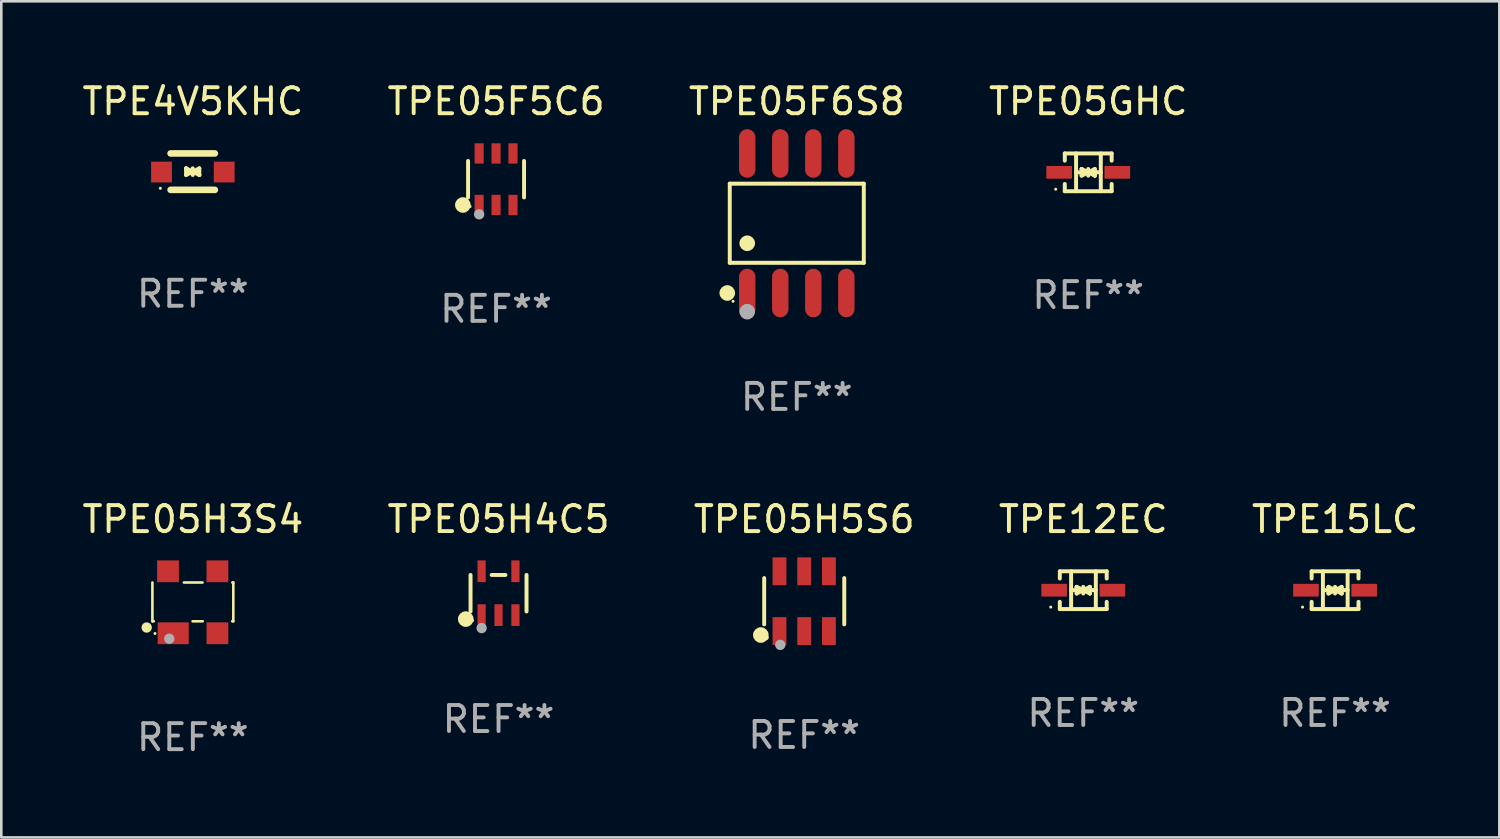
<source format=kicad_pcb>
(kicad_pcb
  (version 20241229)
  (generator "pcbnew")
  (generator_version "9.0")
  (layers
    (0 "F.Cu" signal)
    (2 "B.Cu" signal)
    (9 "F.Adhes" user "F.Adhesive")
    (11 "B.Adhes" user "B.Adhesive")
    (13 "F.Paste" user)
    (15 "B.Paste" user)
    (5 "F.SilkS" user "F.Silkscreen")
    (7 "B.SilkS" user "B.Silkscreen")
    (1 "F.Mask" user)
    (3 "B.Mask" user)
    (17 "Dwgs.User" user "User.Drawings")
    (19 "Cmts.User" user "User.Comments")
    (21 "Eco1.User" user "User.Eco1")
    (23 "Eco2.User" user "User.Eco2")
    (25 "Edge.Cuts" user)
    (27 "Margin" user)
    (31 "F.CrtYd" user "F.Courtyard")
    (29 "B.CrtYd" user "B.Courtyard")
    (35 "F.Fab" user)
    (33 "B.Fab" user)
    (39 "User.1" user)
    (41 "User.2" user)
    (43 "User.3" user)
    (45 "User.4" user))
  (footprint "TPE4V5KHC"
    (layer "F.Cu")
    (at 4.363 3.548)
    (property "Reference" "TPE4V5KHC" (at 0 -2.7 0) (layer "F.SilkS") (effects (font (size 1 1) (thickness 0.15))))
    (attr through_hole)
    (fp_line (start -0.855 -0.7) (end 0.845 -0.7) (stroke (width 0.254) (type solid)) (layer "F.SilkS"))
    (fp_line (start -0.855 0.7) (end 0.845 0.7) (stroke (width 0.254) (type solid)) (layer "F.SilkS"))
    (fp_line (start -0.26 -0.127) (end -0.26 -0.127) (stroke (width 0.154) (type solid)) (layer "F.SilkS"))
    (fp_line (start -0.26 -0.127) (end -0.008 -0.003) (stroke (width 0.154) (type solid)) (layer "F.SilkS"))
    (fp_line (start -0.26 0.127) (end -0.26 -0.127) (stroke (width 0.154) (type solid)) (layer "F.SilkS"))
    (fp_line (start -0.133 0.000483) (end -0.003 0.000483) (stroke (width 0.154) (type solid)) (layer "F.SilkS"))
    (fp_line (start -0.009 0.000483) (end -0.26 0.127) (stroke (width 0.154) (type solid)) (layer "F.SilkS"))
    (fp_line (start -0.006 -0.127) (end -0.006 0.127) (stroke (width 0.154) (type solid)) (layer "F.SilkS"))
    (fp_line (start -0.003 0.000483) (end 0.248 -0.127) (stroke (width 0.154) (type solid)) (layer "F.SilkS"))
    (fp_line (start 0.121 0.000483) (end -0.009 0.000483) (stroke (width 0.154) (type solid)) (layer "F.SilkS"))
    (fp_line (start 0.248 -0.127) (end 0.248 0.127) (stroke (width 0.154) (type solid)) (layer "F.SilkS"))
    (fp_line (start 0.248 0.127) (end -0.004 0.004) (stroke (width 0.154) (type solid)) (layer "F.SilkS"))
    (fp_line (start 0.248 0.127) (end 0.248 0.127) (stroke (width 0.154) (type solid)) (layer "F.SilkS"))
    (fp_circle (center -1.25 0.64) (end -1.22 0.64) (stroke (width 0.06) (type solid)) (fill no) (layer "F.SilkS"))
    (fp_text user "REF**" (at 0 4.7 0) (layer "F.Fab") (effects (font (size 1 1) (thickness 0.15))))
    (pad "1" smd rect (at -1.205 0.015) (size 0.8 0.8) (layers "F.Cu" "F.Mask" "F.Paste"))
    (pad "2" smd rect (at 1.205 0.015) (size 0.8 0.8) (layers "F.Cu" "F.Mask" "F.Paste")))
  (footprint "TPE05H4C5"
    (layer "F.Cu")
    (at 16.113 19.752)
    (property "Reference" "TPE05H4C5" (at 0 -2.843 0) (layer "F.SilkS") (effects (font (size 1 1) (thickness 0.15))))
    (attr through_hole)
    (fp_line (start -1.076 0.701) (end -1.076 -0.701) (stroke (width 0.152) (type solid)) (layer "F.SilkS"))
    (fp_line (start 0.264 -0.701) (end -0.264 -0.701) (stroke (width 0.152) (type solid)) (layer "F.SilkS"))
    (fp_line (start 1.076 0.701) (end 1.076 -0.701) (stroke (width 0.152) (type solid)) (layer "F.SilkS"))
    (fp_circle (center -1.26 0.995) (end -1.11 0.995) (stroke (width 0.3) (type solid)) (fill no) (layer "F.SilkS"))
    (fp_circle (center -1 1.05) (end -0.97 1.05) (stroke (width 0.06) (type solid)) (fill no) (layer "F.SilkS"))
    (fp_circle (center -0.65 1.341) (end -0.55 1.341) (stroke (width 0.2) (type solid)) (fill no) (layer "F.Fab"))
    (fp_text user "REF**" (at 0 4.843 0) (layer "F.Fab") (effects (font (size 1 1) (thickness 0.15))))
    (pad "1" smd rect (at -0.65 0.843) (size 0.315 0.835) (layers "F.Cu" "F.Mask" "F.Paste"))
    (pad "2" smd rect (at 0.00014 0.843) (size 0.315 0.835) (layers "F.Cu" "F.Mask" "F.Paste"))
    (pad "3" smd rect (at 0.65 0.843) (size 0.315 0.835) (layers "F.Cu" "F.Mask" "F.Paste"))
    (pad "4" smd rect (at 0.65 -0.843) (size 0.315 0.835) (layers "F.Cu" "F.Mask" "F.Paste"))
    (pad "5" smd rect (at -0.65 -0.843) (size 0.315 0.835) (layers "F.Cu" "F.Mask" "F.Paste")))
  (footprint "TPE05GHC"
    (layer "F.Cu")
    (at 38.78 3.574)
    (property "Reference" "TPE05GHC" (at 0 -2.726 0) (layer "F.SilkS") (effects (font (size 1 1) (thickness 0.15))))
    (attr through_hole)
    (fp_line (start -0.901 -0.726) (end -0.901 -0.448) (stroke (width 0.152) (type solid)) (layer "F.SilkS"))
    (fp_line (start -0.901 0.726) (end -0.901 0.448) (stroke (width 0.152) (type solid)) (layer "F.SilkS"))
    (fp_line (start -0.467 0) (end 0.483 -0.003) (stroke (width 0.154) (type solid)) (layer "F.SilkS"))
    (fp_line (start -0.467 0.726) (end -0.467 -0.726) (stroke (width 0.152) (type solid)) (layer "F.SilkS"))
    (fp_line (start -0.254 -0.127) (end -0.254 -0.127) (stroke (width 0.154) (type solid)) (layer "F.SilkS"))
    (fp_line (start -0.254 -0.127) (end -0.002 -0.003) (stroke (width 0.154) (type solid)) (layer "F.SilkS"))
    (fp_line (start -0.254 0.127) (end -0.254 -0.127) (stroke (width 0.154) (type solid)) (layer "F.SilkS"))
    (fp_line (start -0.127 0) (end 0.003 0) (stroke (width 0.154) (type solid)) (layer "F.SilkS"))
    (fp_line (start -0.003 0) (end -0.254 0.127) (stroke (width 0.154) (type solid)) (layer "F.SilkS"))
    (fp_line (start 0 -0.127) (end 0 0.127) (stroke (width 0.154) (type solid)) (layer "F.SilkS"))
    (fp_line (start 0.003 0) (end 0.254 -0.127) (stroke (width 0.154) (type solid)) (layer "F.SilkS"))
    (fp_line (start 0.127 0) (end -0.003 0) (stroke (width 0.154) (type solid)) (layer "F.SilkS"))
    (fp_line (start 0.254 -0.127) (end 0.254 0.127) (stroke (width 0.154) (type solid)) (layer "F.SilkS"))
    (fp_line (start 0.254 0.127) (end 0.002 0.003) (stroke (width 0.154) (type solid)) (layer "F.SilkS"))
    (fp_line (start 0.254 0.127) (end 0.254 0.127) (stroke (width 0.154) (type solid)) (layer "F.SilkS"))
    (fp_line (start 0.483 0.726) (end 0.483 -0.726) (stroke (width 0.152) (type solid)) (layer "F.SilkS"))
    (fp_line (start 0.901 -0.726) (end -0.901 -0.726) (stroke (width 0.152) (type solid)) (layer "F.SilkS"))
    (fp_line (start 0.901 -0.726) (end 0.901 -0.448) (stroke (width 0.152) (type solid)) (layer "F.SilkS"))
    (fp_line (start 0.901 0.726) (end -0.901 0.726) (stroke (width 0.152) (type solid)) (layer "F.SilkS"))
    (fp_line (start 0.901 0.726) (end 0.901 0.448) (stroke (width 0.152) (type solid)) (layer "F.SilkS"))
    (fp_circle (center -1.25 0.65) (end -1.22 0.65) (stroke (width 0.06) (type solid)) (fill no) (layer "F.SilkS"))
    (fp_text user "REF**" (at 0 4.726 0) (layer "F.Fab") (effects (font (size 1 1) (thickness 0.15))))
    (pad "1" smd rect (at -1.118 0) (size 0.985 0.49) (layers "F.Cu" "F.Mask" "F.Paste"))
    (pad "2" smd rect (at 1.118 0) (size 0.985 0.49) (layers "F.Cu" "F.Mask" "F.Paste")))
  (footprint "TPE05H3S4"
    (layer "F.Cu")
    (at 4.363 20.101)
    (property "Reference" "TPE05H3S4" (at 0 -3.191 0) (layer "F.SilkS") (effects (font (size 1 1) (thickness 0.15))))
    (attr through_hole)
    (fp_line (start -1.555 0.73) (end -1.555 -0.76) (stroke (width 0.1) (type solid)) (layer "F.SilkS"))
    (fp_line (start -1.5 0.73) (end -1.555 0.73) (stroke (width 0.1) (type solid)) (layer "F.SilkS"))
    (fp_line (start -0.345 -0.76) (end 0.372 -0.76) (stroke (width 0.1) (type solid)) (layer "F.SilkS"))
    (fp_line (start 0.378 0.73) (end -0.01 0.73) (stroke (width 0.1) (type solid)) (layer "F.SilkS"))
    (fp_line (start 1.518 -0.76) (end 1.555 -0.76) (stroke (width 0.1) (type solid)) (layer "F.SilkS"))
    (fp_line (start 1.555 -0.76) (end 1.555 0.73) (stroke (width 0.1) (type solid)) (layer "F.SilkS"))
    (fp_line (start 1.555 0.73) (end 1.512 0.73) (stroke (width 0.1) (type solid)) (layer "F.SilkS"))
    (fp_circle (center -1.775 0.97) (end -1.675 0.97) (stroke (width 0.2) (type solid)) (fill no) (layer "F.SilkS"))
    (fp_circle (center -1.455 1.2) (end -1.425 1.2) (stroke (width 0.06) (type solid)) (fill no) (layer "F.SilkS"))
    (fp_circle (center -0.905 1.4) (end -0.805 1.4) (stroke (width 0.2) (type solid)) (fill no) (layer "F.Fab"))
    (fp_text user "REF**" (at 0 5.191 0) (layer "F.Fab") (effects (font (size 1 1) (thickness 0.15))))
    (pad "1" smd rect (at -0.755 1.191) (size 1.194 0.838) (layers "F.Cu" "F.Mask" "F.Paste"))
    (pad "2" smd rect (at 0.945 1.191) (size 0.838 0.838) (layers "F.Cu" "F.Mask" "F.Paste"))
    (pad "3" smd rect (at 0.945 -1.191) (size 0.838 0.838) (layers "F.Cu" "F.Mask" "F.Paste"))
    (pad "4" smd rect (at -0.955 -1.191) (size 0.838 0.838) (layers "F.Cu" "F.Mask" "F.Paste")))
  (footprint "TPE05F5C6"
    (layer "F.Cu")
    (at 16.018 3.838)
    (property "Reference" "TPE05F5C6" (at 0 -2.99 0) (layer "F.SilkS") (effects (font (size 1 1) (thickness 0.15))))
    (attr through_hole)
    (fp_line (start -1.076 0.701) (end -1.076 -0.701) (stroke (width 0.152) (type solid)) (layer "F.SilkS"))
    (fp_line (start 1.076 0.701) (end 1.076 -0.701) (stroke (width 0.152) (type solid)) (layer "F.SilkS"))
    (fp_circle (center -1.277 0.992) (end -1.127 0.992) (stroke (width 0.3) (type solid)) (fill no) (layer "F.SilkS"))
    (fp_circle (center -1 1.05) (end -0.97 1.05) (stroke (width 0.06) (type solid)) (fill no) (layer "F.SilkS"))
    (fp_circle (center -0.65 1.35) (end -0.55 1.35) (stroke (width 0.2) (type solid)) (fill no) (layer "F.Fab"))
    (fp_text user "REF**" (at 0 4.99 0) (layer "F.Fab") (effects (font (size 1 1) (thickness 0.15))))
    (pad "1" smd rect (at -0.65 0.99) (size 0.35 0.78) (layers "F.Cu" "F.Mask" "F.Paste"))
    (pad "2" smd rect (at 0 0.99) (size 0.35 0.78) (layers "F.Cu" "F.Mask" "F.Paste"))
    (pad "3" smd rect (at 0.65 0.99) (size 0.35 0.78) (layers "F.Cu" "F.Mask" "F.Paste"))
    (pad "4" smd rect (at 0.65 -0.99) (size 0.35 0.78) (layers "F.Cu" "F.Mask" "F.Paste"))
    (pad "5" smd rect (at 0 -0.99) (size 0.35 0.78) (layers "F.Cu" "F.Mask" "F.Paste"))
    (pad "6" smd rect (at -0.65 -0.99) (size 0.35 0.78) (layers "F.Cu" "F.Mask" "F.Paste")))
  (footprint "TPE05H5S6"
    (layer "F.Cu")
    (at 27.863 20.059)
    (property "Reference" "TPE05H5S6" (at 0 -3.149 0) (layer "F.SilkS") (effects (font (size 1 1) (thickness 0.15))))
    (attr through_hole)
    (fp_line (start -1.539 0.889) (end -1.539 -0.889) (stroke (width 0.152) (type solid)) (layer "F.SilkS"))
    (fp_line (start 1.539 0.889) (end 1.539 -0.889) (stroke (width 0.152) (type solid)) (layer "F.SilkS"))
    (fp_circle (center -1.668 1.301) (end -1.518 1.301) (stroke (width 0.3) (type solid)) (fill no) (layer "F.SilkS"))
    (fp_circle (center -1.463 1.4) (end -1.413 1.4) (stroke (width 0.1) (type solid)) (fill no) (layer "F.SilkS"))
    (fp_circle (center -0.92 1.68) (end -0.82 1.68) (stroke (width 0.2) (type solid)) (fill no) (layer "F.Fab"))
    (fp_text user "REF**" (at 0 5.149 0) (layer "F.Fab") (effects (font (size 1 1) (thickness 0.15))))
    (pad "1" smd rect (at -0.95 1.149) (size 0.532 1.072) (layers "F.Cu" "F.Mask" "F.Paste"))
    (pad "2" smd rect (at 0 1.149) (size 0.532 1.072) (layers "F.Cu" "F.Mask" "F.Paste"))
    (pad "3" smd rect (at 0.95 1.149) (size 0.532 1.072) (layers "F.Cu" "F.Mask" "F.Paste"))
    (pad "4" smd rect (at 0.95 -1.149) (size 0.532 1.072) (layers "F.Cu" "F.Mask" "F.Paste"))
    (pad "5" smd rect (at 0 -1.149) (size 0.532 1.072) (layers "F.Cu" "F.Mask" "F.Paste"))
    (pad "6" smd rect (at -0.95 -1.149) (size 0.532 1.072) (layers "F.Cu" "F.Mask" "F.Paste")))
  (footprint "TPE05F6S8"
    (layer "F.Cu")
    (at 27.577 5.531)
    (property "Reference" "TPE05F6S8" (at 0 -4.682 0) (layer "F.SilkS") (effects (font (size 1 1) (thickness 0.15))))
    (attr through_hole)
    (fp_line (start -2.576 -1.521) (end 2.576 -1.521) (stroke (width 0.152) (type solid)) (layer "F.SilkS"))
    (fp_line (start -2.576 1.521) (end -2.576 -1.521) (stroke (width 0.152) (type solid)) (layer "F.SilkS"))
    (fp_line (start 2.576 -1.521) (end 2.576 1.521) (stroke (width 0.152) (type solid)) (layer "F.SilkS"))
    (fp_line (start 2.576 1.521) (end -2.576 1.521) (stroke (width 0.152) (type solid)) (layer "F.SilkS"))
    (fp_circle (center -2.672 2.682) (end -2.522 2.682) (stroke (width 0.3) (type solid)) (fill no) (layer "F.SilkS"))
    (fp_circle (center -2.45 3) (end -2.42 3) (stroke (width 0.06) (type solid)) (fill no) (layer "F.SilkS"))
    (fp_circle (center -1.905 0.769) (end -1.755 0.769) (stroke (width 0.3) (type solid)) (fill no) (layer "F.SilkS"))
    (fp_circle (center -1.905 3.4) (end -1.755 3.4) (stroke (width 0.3) (type solid)) (fill no) (layer "F.Fab"))
    (fp_text user "REF**" (at 0 6.682 0) (layer "F.Fab") (effects (font (size 1 1) (thickness 0.15))))
    (pad "1" smd oval (at -1.905 2.682) (size 0.63 1.865) (layers "F.Cu" "F.Mask" "F.Paste"))
    (pad "2" smd oval (at -0.635 2.682) (size 0.63 1.865) (layers "F.Cu" "F.Mask" "F.Paste"))
    (pad "3" smd oval (at 0.635 2.682) (size 0.63 1.865) (layers "F.Cu" "F.Mask" "F.Paste"))
    (pad "4" smd oval (at 1.905 2.682) (size 0.63 1.865) (layers "F.Cu" "F.Mask" "F.Paste"))
    (pad "5" smd oval (at 1.905 -2.682) (size 0.63 1.865) (layers "F.Cu" "F.Mask" "F.Paste"))
    (pad "6" smd oval (at 0.635 -2.682) (size 0.63 1.865) (layers "F.Cu" "F.Mask" "F.Paste"))
    (pad "7" smd oval (at -0.635 -2.682) (size 0.63 1.865) (layers "F.Cu" "F.Mask" "F.Paste"))
    (pad "8" smd oval (at -1.905 -2.682) (size 0.63 1.865) (layers "F.Cu" "F.Mask" "F.Paste")))
  (footprint "TPE15LC"
    (layer "F.Cu")
    (at 48.268 19.636)
    (property "Reference" "TPE15LC" (at 0 -2.726 0) (layer "F.SilkS") (effects (font (size 1 1) (thickness 0.15))))
    (attr through_hole)
    (fp_line (start -0.901 -0.726) (end -0.901 -0.448) (stroke (width 0.152) (type solid)) (layer "F.SilkS"))
    (fp_line (start -0.901 0.726) (end -0.901 0.448) (stroke (width 0.152) (type solid)) (layer "F.SilkS"))
    (fp_line (start -0.467 0) (end 0.483 -0.003) (stroke (width 0.154) (type solid)) (layer "F.SilkS"))
    (fp_line (start -0.467 0.726) (end -0.467 -0.726) (stroke (width 0.152) (type solid)) (layer "F.SilkS"))
    (fp_line (start -0.254 -0.127) (end -0.254 -0.127) (stroke (width 0.154) (type solid)) (layer "F.SilkS"))
    (fp_line (start -0.254 -0.127) (end -0.002 -0.003) (stroke (width 0.154) (type solid)) (layer "F.SilkS"))
    (fp_line (start -0.254 0.127) (end -0.254 -0.127) (stroke (width 0.154) (type solid)) (layer "F.SilkS"))
    (fp_line (start -0.127 0) (end 0.003 0) (stroke (width 0.154) (type solid)) (layer "F.SilkS"))
    (fp_line (start -0.003 0) (end -0.254 0.127) (stroke (width 0.154) (type solid)) (layer "F.SilkS"))
    (fp_line (start 0 -0.127) (end 0 0.127) (stroke (width 0.154) (type solid)) (layer "F.SilkS"))
    (fp_line (start 0.003 0) (end 0.254 -0.127) (stroke (width 0.154) (type solid)) (layer "F.SilkS"))
    (fp_line (start 0.127 0) (end -0.003 0) (stroke (width 0.154) (type solid)) (layer "F.SilkS"))
    (fp_line (start 0.254 -0.127) (end 0.254 0.127) (stroke (width 0.154) (type solid)) (layer "F.SilkS"))
    (fp_line (start 0.254 0.127) (end 0.002 0.003) (stroke (width 0.154) (type solid)) (layer "F.SilkS"))
    (fp_line (start 0.254 0.127) (end 0.254 0.127) (stroke (width 0.154) (type solid)) (layer "F.SilkS"))
    (fp_line (start 0.483 0.726) (end 0.483 -0.726) (stroke (width 0.152) (type solid)) (layer "F.SilkS"))
    (fp_line (start 0.901 -0.726) (end -0.901 -0.726) (stroke (width 0.152) (type solid)) (layer "F.SilkS"))
    (fp_line (start 0.901 -0.726) (end 0.901 -0.448) (stroke (width 0.152) (type solid)) (layer "F.SilkS"))
    (fp_line (start 0.901 0.726) (end -0.901 0.726) (stroke (width 0.152) (type solid)) (layer "F.SilkS"))
    (fp_line (start 0.901 0.726) (end 0.901 0.448) (stroke (width 0.152) (type solid)) (layer "F.SilkS"))
    (fp_circle (center -1.25 0.65) (end -1.22 0.65) (stroke (width 0.06) (type solid)) (fill no) (layer "F.SilkS"))
    (fp_text user "REF**" (at 0 4.726 0) (layer "F.Fab") (effects (font (size 1 1) (thickness 0.15))))
    (pad "1" smd rect (at -1.118 0) (size 0.985 0.49) (layers "F.Cu" "F.Mask" "F.Paste"))
    (pad "2" smd rect (at 1.118 0) (size 0.985 0.49) (layers "F.Cu" "F.Mask" "F.Paste")))
  (footprint "TPE12EC"
    (layer "F.Cu")
    (at 38.589 19.636)
    (property "Reference" "TPE12EC" (at 0 -2.726 0) (layer "F.SilkS") (effects (font (size 1 1) (thickness 0.15))))
    (attr through_hole)
    (fp_line (start -0.901 -0.726) (end -0.901 -0.448) (stroke (width 0.152) (type solid)) (layer "F.SilkS"))
    (fp_line (start -0.901 0.726) (end -0.901 0.448) (stroke (width 0.152) (type solid)) (layer "F.SilkS"))
    (fp_line (start -0.467 0) (end 0.483 -0.003) (stroke (width 0.154) (type solid)) (layer "F.SilkS"))
    (fp_line (start -0.467 0.726) (end -0.467 -0.726) (stroke (width 0.152) (type solid)) (layer "F.SilkS"))
    (fp_line (start -0.254 -0.127) (end -0.254 -0.127) (stroke (width 0.154) (type solid)) (layer "F.SilkS"))
    (fp_line (start -0.254 -0.127) (end -0.002 -0.003) (stroke (width 0.154) (type solid)) (layer "F.SilkS"))
    (fp_line (start -0.254 0.127) (end -0.254 -0.127) (stroke (width 0.154) (type solid)) (layer "F.SilkS"))
    (fp_line (start -0.127 0) (end 0.003 0) (stroke (width 0.154) (type solid)) (layer "F.SilkS"))
    (fp_line (start -0.003 0) (end -0.254 0.127) (stroke (width 0.154) (type solid)) (layer "F.SilkS"))
    (fp_line (start 0 -0.127) (end 0 0.127) (stroke (width 0.154) (type solid)) (layer "F.SilkS"))
    (fp_line (start 0.003 0) (end 0.254 -0.127) (stroke (width 0.154) (type solid)) (layer "F.SilkS"))
    (fp_line (start 0.127 0) (end -0.003 0) (stroke (width 0.154) (type solid)) (layer "F.SilkS"))
    (fp_line (start 0.254 -0.127) (end 0.254 0.127) (stroke (width 0.154) (type solid)) (layer "F.SilkS"))
    (fp_line (start 0.254 0.127) (end 0.002 0.003) (stroke (width 0.154) (type solid)) (layer "F.SilkS"))
    (fp_line (start 0.254 0.127) (end 0.254 0.127) (stroke (width 0.154) (type solid)) (layer "F.SilkS"))
    (fp_line (start 0.483 0.726) (end 0.483 -0.726) (stroke (width 0.152) (type solid)) (layer "F.SilkS"))
    (fp_line (start 0.901 -0.726) (end -0.901 -0.726) (stroke (width 0.152) (type solid)) (layer "F.SilkS"))
    (fp_line (start 0.901 -0.726) (end 0.901 -0.448) (stroke (width 0.152) (type solid)) (layer "F.SilkS"))
    (fp_line (start 0.901 0.726) (end -0.901 0.726) (stroke (width 0.152) (type solid)) (layer "F.SilkS"))
    (fp_line (start 0.901 0.726) (end 0.901 0.448) (stroke (width 0.152) (type solid)) (layer "F.SilkS"))
    (fp_circle (center -1.25 0.65) (end -1.22 0.65) (stroke (width 0.06) (type solid)) (fill no) (layer "F.SilkS"))
    (fp_text user "REF**" (at 0 4.726 0) (layer "F.Fab") (effects (font (size 1 1) (thickness 0.15))))
    (pad "1" smd rect (at -1.118 0) (size 0.985 0.49) (layers "F.Cu" "F.Mask" "F.Paste"))
    (pad "2" smd rect (at 1.118 0) (size 0.985 0.49) (layers "F.Cu" "F.Mask" "F.Paste")))
  (gr_rect
    (start -3 -3)
    (end 54.583 29.141)
    (stroke (width 0.1) (type default))
    (fill no)
    (layer "Edge.Cuts")))
</source>
